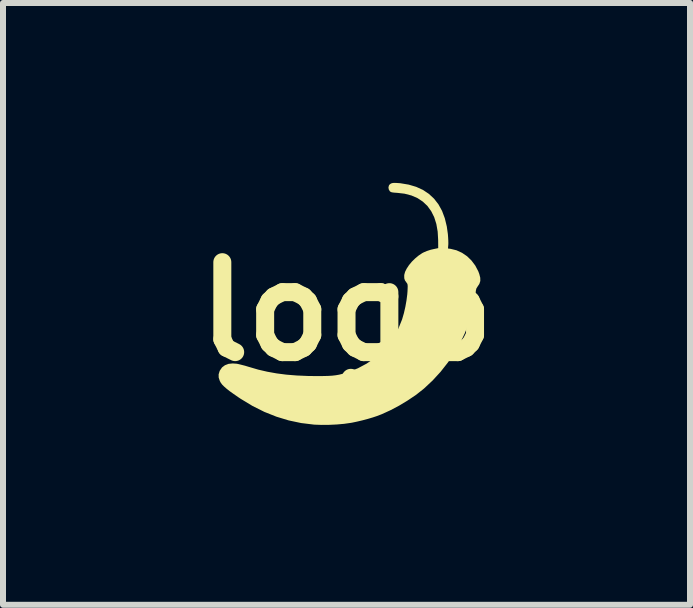
<source format=kicad_pcb>
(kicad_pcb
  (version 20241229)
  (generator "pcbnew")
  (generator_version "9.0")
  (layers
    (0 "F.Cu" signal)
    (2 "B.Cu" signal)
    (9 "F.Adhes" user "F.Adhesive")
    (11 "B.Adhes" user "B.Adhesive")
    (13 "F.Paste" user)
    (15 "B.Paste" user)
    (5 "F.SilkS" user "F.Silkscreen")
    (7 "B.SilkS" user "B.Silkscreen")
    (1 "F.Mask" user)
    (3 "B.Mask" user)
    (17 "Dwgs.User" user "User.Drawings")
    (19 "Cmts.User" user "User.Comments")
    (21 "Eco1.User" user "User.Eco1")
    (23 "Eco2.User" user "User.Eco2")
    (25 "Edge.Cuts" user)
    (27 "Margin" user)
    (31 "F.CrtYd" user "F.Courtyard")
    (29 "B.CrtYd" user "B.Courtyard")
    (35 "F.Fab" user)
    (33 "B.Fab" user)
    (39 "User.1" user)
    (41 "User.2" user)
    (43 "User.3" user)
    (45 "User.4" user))
  (footprint "logo"
    (layer "F.Cu")
    (at 2.729 2.144)
    (property "Reference" "logo" (at 0 0 0) (layer "F.SilkS") (effects (font (size 1.5 1.5) (thickness 0.3))))
    (attr board_only exclude_from_pos_files exclude_from_bom)
    (fp_poly (pts (xy 0.832 -2.143) (xy 0.89 -2.139) (xy 0.899 -2.138) (xy 1.037 -2.115) (xy 1.162 -2.078) (xy 1.274 -2.027) (xy 1.373 -1.961) (xy 1.46 -1.88) (xy 1.533 -1.786) (xy 1.593 -1.677) (xy 1.639 -1.554) (xy 1.672 -1.418) (xy 1.69 -1.291) (xy 1.694 -1.238) (xy 1.697 -1.185) (xy 1.698 -1.139) (xy 1.697 -1.111) (xy 1.692 -1.05) (xy 1.736 -1.044) (xy 1.834 -1.02) (xy 1.926 -0.978) (xy 2.01 -0.921) (xy 2.084 -0.849) (xy 2.147 -0.765) (xy 2.197 -0.67) (xy 2.214 -0.625) (xy 2.23 -0.562) (xy 2.231 -0.508) (xy 2.215 -0.459) (xy 2.182 -0.41) (xy 2.18 -0.406) (xy 2.166 -0.384) (xy 2.158 -0.353) (xy 2.152 -0.308) (xy 2.138 -0.206) (xy 2.116 -0.092) (xy 2.086 0.028) (xy 2.05 0.151) (xy 2.009 0.27) (xy 1.975 0.358) (xy 1.896 0.524) (xy 1.8 0.69) (xy 1.69 0.852) (xy 1.568 1.007) (xy 1.436 1.151) (xy 1.296 1.282) (xy 1.277 1.298) (xy 1.156 1.393) (xy 1.021 1.484) (xy 0.877 1.571) (xy 0.731 1.648) (xy 0.586 1.714) (xy 0.511 1.743) (xy 0.439 1.767) (xy 0.355 1.792) (xy 0.265 1.816) (xy 0.176 1.837) (xy 0.095 1.854) (xy 0.073 1.858) (xy -0.04 1.874) (xy -0.163 1.885) (xy -0.291 1.891) (xy -0.416 1.892) (xy -0.53 1.888) (xy -0.544 1.887) (xy -0.757 1.861) (xy -0.965 1.817) (xy -1.169 1.755) (xy -1.37 1.675) (xy -1.568 1.576) (xy -1.765 1.457) (xy -1.801 1.433) (xy -1.882 1.377) (xy -1.948 1.33) (xy -2.001 1.288) (xy -2.042 1.252) (xy -2.074 1.22) (xy -2.097 1.189) (xy -2.113 1.16) (xy -2.132 1.103) (xy -2.133 1.049) (xy -2.116 0.993) (xy -2.111 0.984) (xy -2.076 0.933) (xy -2.028 0.897) (xy -1.968 0.874) (xy -1.898 0.867) (xy -1.831 0.872) (xy -1.796 0.879) (xy -1.748 0.891) (xy -1.693 0.905) (xy -1.637 0.922) (xy -1.623 0.926) (xy -1.473 0.97) (xy -1.322 1.005) (xy -1.166 1.033) (xy -1.004 1.054) (xy -0.831 1.068) (xy -0.645 1.076) (xy -0.482 1.078) (xy -0.387 1.077) (xy -0.307 1.075) (xy -0.239 1.071) (xy -0.179 1.064) (xy -0.122 1.054) (xy -0.066 1.04) (xy -0.006 1.022) (xy 0.03 1.01) (xy 0.189 0.948) (xy 0.335 0.87) (xy 0.469 0.779) (xy 0.59 0.674) (xy 0.696 0.556) (xy 0.789 0.425) (xy 0.866 0.283) (xy 0.928 0.129) (xy 0.93 0.121) (xy 0.957 0.028) (xy 0.981 -0.077) (xy 1 -0.184) (xy 1.013 -0.286) (xy 1.017 -0.337) (xy 1.019 -0.386) (xy 1.02 -0.421) (xy 1.018 -0.444) (xy 1.015 -0.459) (xy 1.007 -0.472) (xy 0.997 -0.485) (xy 0.997 -0.486) (xy 0.974 -0.518) (xy 0.963 -0.552) (xy 0.962 -0.595) (xy 0.963 -0.611) (xy 0.976 -0.66) (xy 1.003 -0.714) (xy 1.041 -0.772) (xy 1.089 -0.83) (xy 1.144 -0.884) (xy 1.203 -0.933) (xy 1.263 -0.973) (xy 1.286 -0.985) (xy 1.34 -1.008) (xy 1.401 -1.028) (xy 1.444 -1.038) (xy 1.529 -1.056) (xy 1.528 -1.191) (xy 1.52 -1.331) (xy 1.498 -1.458) (xy 1.462 -1.572) (xy 1.412 -1.672) (xy 1.349 -1.759) (xy 1.273 -1.831) (xy 1.184 -1.89) (xy 1.082 -1.934) (xy 0.967 -1.964) (xy 0.845 -1.978) (xy 0.798 -1.981) (xy 0.766 -1.985) (xy 0.745 -1.99) (xy 0.73 -1.998) (xy 0.721 -2.006) (xy 0.704 -2.036) (xy 0.699 -2.07) (xy 0.708 -2.103) (xy 0.718 -2.116) (xy 0.737 -2.131) (xy 0.759 -2.14) (xy 0.79 -2.144)) (stroke (width 0) (type solid)) (fill yes) (layer "F.SilkS")))
  (gr_rect
    (start -3 -3)
    (end 8.457 7.036)
    (stroke (width 0.1) (type default))
    (fill no)
    (layer "Edge.Cuts")))
</source>
